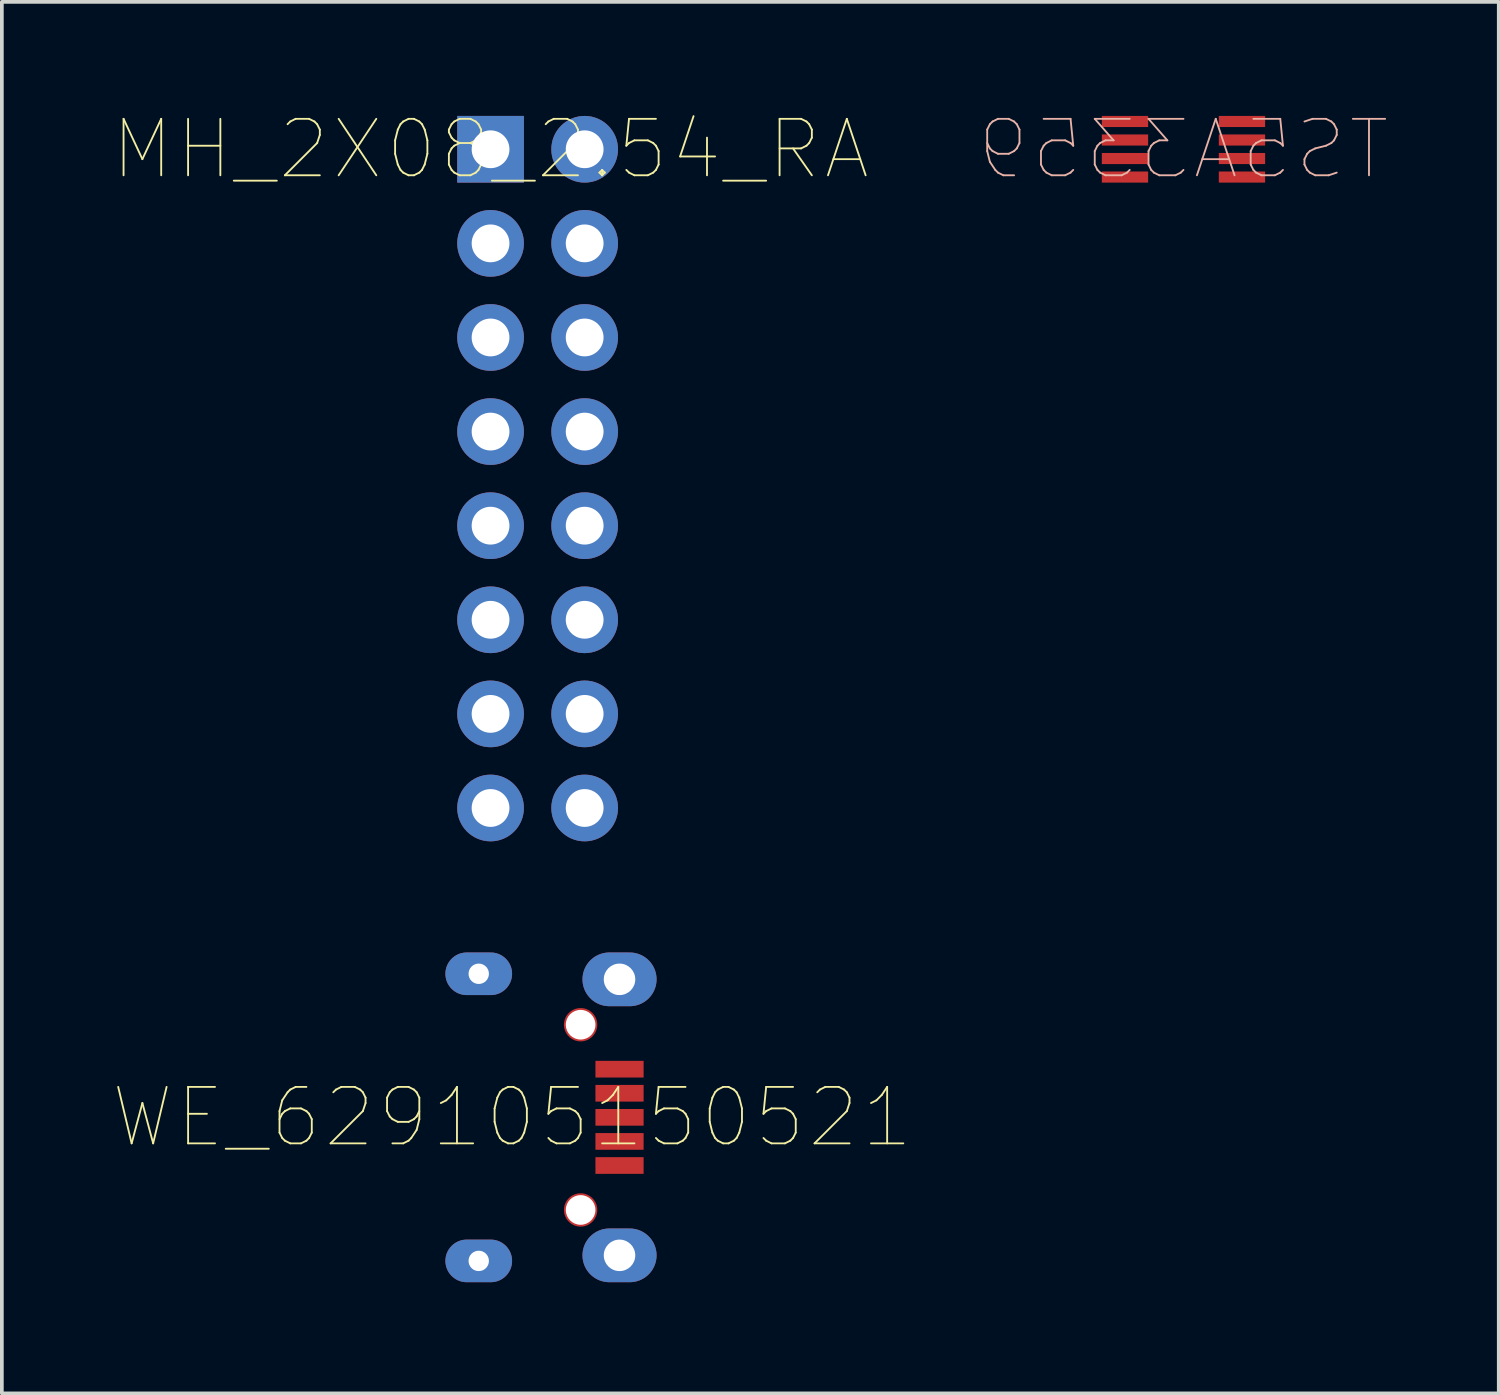
<source format=kicad_pcb>
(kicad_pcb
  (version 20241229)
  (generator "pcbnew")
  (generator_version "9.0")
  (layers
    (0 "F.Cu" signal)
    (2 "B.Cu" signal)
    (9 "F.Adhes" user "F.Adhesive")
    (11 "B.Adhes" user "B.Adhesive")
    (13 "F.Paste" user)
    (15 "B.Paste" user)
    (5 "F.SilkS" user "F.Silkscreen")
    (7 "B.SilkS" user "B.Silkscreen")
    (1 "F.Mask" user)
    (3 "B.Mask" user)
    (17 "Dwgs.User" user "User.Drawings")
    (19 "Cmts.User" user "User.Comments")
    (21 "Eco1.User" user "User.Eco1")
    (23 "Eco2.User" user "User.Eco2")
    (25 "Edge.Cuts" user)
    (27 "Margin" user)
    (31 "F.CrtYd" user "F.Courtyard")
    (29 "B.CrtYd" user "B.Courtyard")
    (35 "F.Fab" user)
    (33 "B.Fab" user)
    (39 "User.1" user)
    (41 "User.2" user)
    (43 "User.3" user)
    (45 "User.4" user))
  (footprint "TS5A3359"
    (layer "F.Cu")
    (at 28.894 0.979)
    (property "Reference" "TS5A3359" (at 0 0 0) (layer "B.SilkS") (effects (font (size 1.524 1.524) (thickness 0.05)) (justify mirror)))
    (attr smd)
    (pad "1" smd rect (at -1.579 -0.75 90) (size 0.3 1.25) (layers "F.Cu" "F.Mask" "F.Paste"))
    (pad "2" smd rect (at -1.579 -0.25 90) (size 0.3 1.25) (layers "F.Cu" "F.Mask" "F.Paste"))
    (pad "3" smd rect (at -1.579 0.25 90) (size 0.3 1.25) (layers "F.Cu" "F.Mask" "F.Paste"))
    (pad "4" smd rect (at -1.579 0.75 90) (size 0.3 1.25) (layers "F.Cu" "F.Mask" "F.Paste"))
    (pad "5" smd rect (at 1.579 0.75 90) (size 0.3 1.25) (layers "F.Cu" "F.Mask" "F.Paste"))
    (pad "6" smd rect (at 1.579 0.25 90) (size 0.3 1.25) (layers "F.Cu" "F.Mask" "F.Paste"))
    (pad "7" smd rect (at 1.579 -0.25 90) (size 0.3 1.25) (layers "F.Cu" "F.Mask" "F.Paste"))
    (pad "8" smd rect (at 1.579 -0.75 90) (size 0.3 1.25) (layers "F.Cu" "F.Mask" "F.Paste")))
  (footprint "MH_2X08_2.54_RA"
    (layer "F.Cu")
    (at 10.191 0.979)
    (property "Reference" "MH_2X08_2.54_RA" (at 0 0 0) (layer "F.SilkS") (effects (font (size 1.524 1.524) (thickness 0.05))))
    (attr smd)
    (pad "1" thru_hole rect (at 0 0 270) (size 1.8 1.8) (drill 1.02) (layers "*.Cu" "*.Mask"))
    (pad "2" thru_hole circle (at 2.54 0 270) (size 1.8 1.8) (drill 1.02) (layers "*.Cu" "*.Mask"))
    (pad "3" thru_hole circle (at 0 2.54) (size 1.8 1.8) (drill 1.02) (layers "*.Cu" "*.Mask"))
    (pad "4" thru_hole circle (at 2.54 2.54 270) (size 1.8 1.8) (drill 1.02) (layers "*.Cu" "*.Mask"))
    (pad "5" thru_hole circle (at 0 5.08 270) (size 1.8 1.8) (drill 1.02) (layers "*.Cu" "*.Mask"))
    (pad "6" thru_hole circle (at 2.54 5.08 270) (size 1.8 1.8) (drill 1.02) (layers "*.Cu" "*.Mask"))
    (pad "7" thru_hole circle (at 0 7.62 270) (size 1.8 1.8) (drill 1.02) (layers "*.Cu" "*.Mask"))
    (pad "8" thru_hole circle (at 2.54 7.62 270) (size 1.8 1.8) (drill 1.02) (layers "*.Cu" "*.Mask"))
    (pad "9" thru_hole circle (at 0 10.16 270) (size 1.8 1.8) (drill 1.02) (layers "*.Cu" "*.Mask"))
    (pad "10" thru_hole circle (at 2.54 10.16 270) (size 1.8 1.8) (drill 1.02) (layers "*.Cu" "*.Mask"))
    (pad "11" thru_hole circle (at 0 12.7 270) (size 1.8 1.8) (drill 1.02) (layers "*.Cu" "*.Mask"))
    (pad "12" thru_hole circle (at 2.54 12.7 270) (size 1.8 1.8) (drill 1.02) (layers "*.Cu" "*.Mask"))
    (pad "13" thru_hole circle (at 0 15.24 270) (size 1.8 1.8) (drill 1.02) (layers "*.Cu" "*.Mask"))
    (pad "14" thru_hole circle (at 2.54 15.24 270) (size 1.8 1.8) (drill 1.02) (layers "*.Cu" "*.Mask"))
    (pad "15" thru_hole circle (at 0 17.78 270) (size 1.8 1.8) (drill 1.02) (layers "*.Cu" "*.Mask"))
    (pad "16" thru_hole circle (at 2.54 17.78 270) (size 1.8 1.8) (drill 1.02) (layers "*.Cu" "*.Mask")))
  (footprint "WE_629105150521"
    (layer "F.Cu")
    (at 10.772 27.109)
    (property "Reference" "WE_629105150521" (at 0 0 0) (layer "F.SilkS") (effects (font (size 1.524 1.524) (thickness 0.05))))
    (attr smd)
    (pad "" np_thru_hole circle (at 1.85 -2.5 270) (size 0.9 0.9) (drill 0.8) (layers "*.Mask" "F.Cu"))
    (pad "" np_thru_hole circle (at 1.85 2.5 270) (size 0.9 0.9) (drill 0.8) (layers "*.Mask" "F.Cu"))
    (pad "1" smd rect (at 2.9 -1.3 270) (size 0.45 1.3) (layers "F.Cu" "F.Mask" "F.Paste"))
    (pad "2" smd rect (at 2.9 -0.65 270) (size 0.45 1.3) (layers "F.Cu" "F.Mask" "F.Paste"))
    (pad "3" smd rect (at 2.9 0 270) (size 0.45 1.3) (layers "F.Cu" "F.Mask" "F.Paste"))
    (pad "4" smd rect (at 2.9 0.65 270) (size 0.45 1.3) (layers "F.Cu" "F.Mask" "F.Paste"))
    (pad "5" smd rect (at 2.9 1.3 270) (size 0.45 1.3) (layers "F.Cu" "F.Mask" "F.Paste"))
    (pad "S" thru_hole oval (at -0.9 -3.875 270) (size 1.15 1.8) (drill 0.55) (layers "*.Cu" "*.Mask"))
    (pad "S" thru_hole oval (at -0.9 3.875 270) (size 1.15 1.8) (drill 0.55) (layers "*.Cu" "*.Mask"))
    (pad "S" thru_hole oval (at 2.9 -3.725 270) (size 1.45 2) (drill 0.85) (layers "*.Cu" "*.Mask"))
    (pad "S" thru_hole oval (at 2.9 3.725 270) (size 1.45 2) (drill 0.85) (layers "*.Cu" "*.Mask")))
  (gr_rect
    (start -3 -3)
    (end 37.404 34.559)
    (stroke (width 0.1) (type default))
    (fill no)
    (layer "Edge.Cuts")))
</source>
